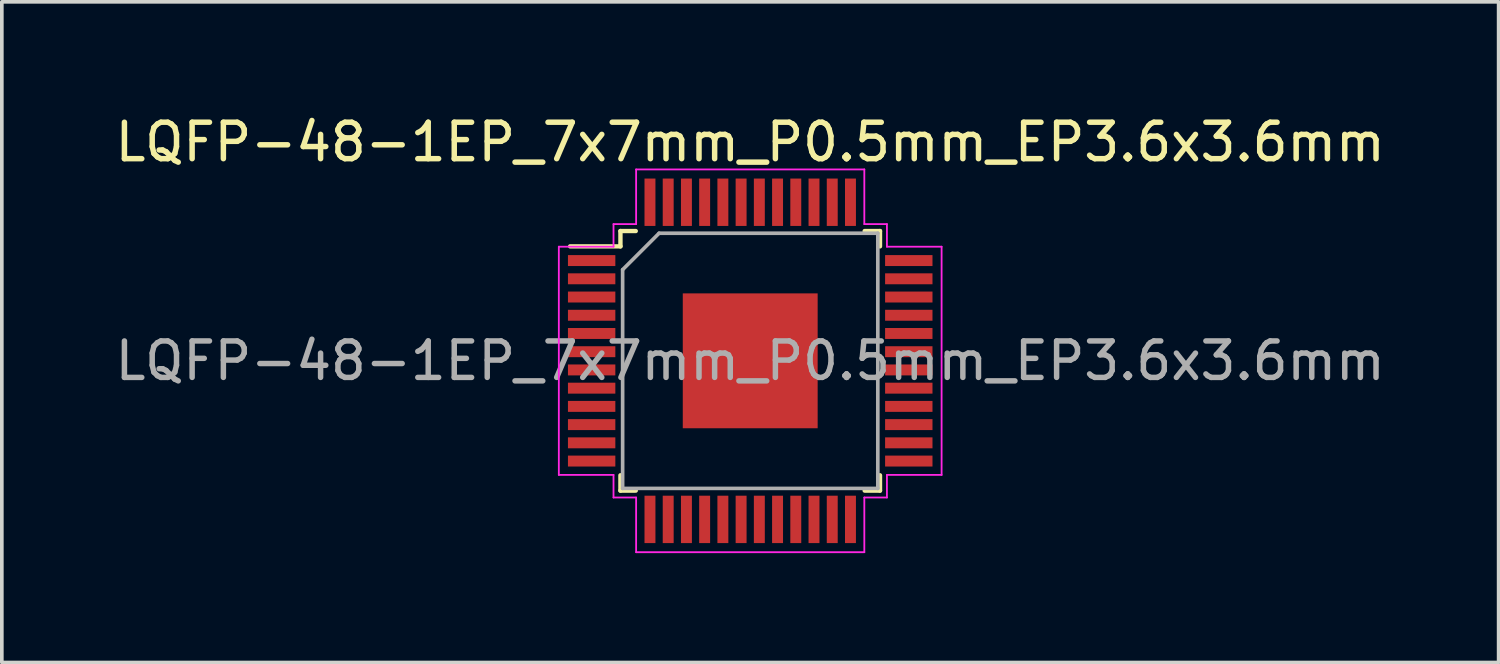
<source format=kicad_pcb>
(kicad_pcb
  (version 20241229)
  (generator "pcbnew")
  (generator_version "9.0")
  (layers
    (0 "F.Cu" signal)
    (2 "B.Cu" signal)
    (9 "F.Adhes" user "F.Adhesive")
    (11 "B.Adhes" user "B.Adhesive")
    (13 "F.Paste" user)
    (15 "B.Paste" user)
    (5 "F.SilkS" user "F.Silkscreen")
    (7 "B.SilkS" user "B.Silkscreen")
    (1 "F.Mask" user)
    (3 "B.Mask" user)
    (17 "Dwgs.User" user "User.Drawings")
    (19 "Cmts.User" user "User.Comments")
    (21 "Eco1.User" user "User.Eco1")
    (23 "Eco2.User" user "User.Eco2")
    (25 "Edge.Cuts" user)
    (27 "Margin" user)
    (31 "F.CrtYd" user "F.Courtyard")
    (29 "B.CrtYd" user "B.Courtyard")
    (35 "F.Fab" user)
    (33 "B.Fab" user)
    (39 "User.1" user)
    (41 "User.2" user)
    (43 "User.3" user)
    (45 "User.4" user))
  (footprint "LQFP-48-1EP_7x7mm_P0.5mm_EP3.6x3.6mm"
    (layer "F.Cu")
    (at 17.53 6.848)
    (property "Reference" "LQFP-48-1EP_7x7mm_P0.5mm_EP3.6x3.6mm" (at 0 -6 0) (layer "F.SilkS") (effects (font (size 1 1) (thickness 0.15))))
    (attr smd)
    (fp_line (start -3.56 -3.56) (end -3.56 -3.14) (stroke (width 0.12) (type solid)) (layer "F.SilkS"))
    (fp_line (start -3.56 -3.56) (end -3.14 -3.56) (stroke (width 0.12) (type solid)) (layer "F.SilkS"))
    (fp_line (start -3.56 -3.14) (end -4.94 -3.14) (stroke (width 0.12) (type solid)) (layer "F.SilkS"))
    (fp_line (start -3.56 3.56) (end -3.56 3.14) (stroke (width 0.12) (type solid)) (layer "F.SilkS"))
    (fp_line (start -3.56 3.56) (end -3.14 3.56) (stroke (width 0.12) (type solid)) (layer "F.SilkS"))
    (fp_line (start 3.56 -3.56) (end 3.14 -3.56) (stroke (width 0.12) (type solid)) (layer "F.SilkS"))
    (fp_line (start 3.56 -3.56) (end 3.56 -3.14) (stroke (width 0.12) (type solid)) (layer "F.SilkS"))
    (fp_line (start 3.56 3.56) (end 3.14 3.56) (stroke (width 0.12) (type solid)) (layer "F.SilkS"))
    (fp_line (start 3.56 3.56) (end 3.56 3.14) (stroke (width 0.12) (type solid)) (layer "F.SilkS"))
    (fp_line (start -5.25 -3.13) (end -5.25 3.13) (stroke (width 0.05) (type solid)) (layer "F.CrtYd"))
    (fp_line (start -3.75 -3.13) (end -5.25 -3.13) (stroke (width 0.05) (type solid)) (layer "F.CrtYd"))
    (fp_line (start -3.75 -3.13) (end -3.75 -3.75) (stroke (width 0.05) (type solid)) (layer "F.CrtYd"))
    (fp_line (start -3.75 3.13) (end -5.25 3.13) (stroke (width 0.05) (type solid)) (layer "F.CrtYd"))
    (fp_line (start -3.75 3.13) (end -3.75 3.75) (stroke (width 0.05) (type solid)) (layer "F.CrtYd"))
    (fp_line (start -3.13 -5.25) (end 3.13 -5.25) (stroke (width 0.05) (type solid)) (layer "F.CrtYd"))
    (fp_line (start -3.13 -3.75) (end -3.75 -3.75) (stroke (width 0.05) (type solid)) (layer "F.CrtYd"))
    (fp_line (start -3.13 -3.75) (end -3.13 -5.25) (stroke (width 0.05) (type solid)) (layer "F.CrtYd"))
    (fp_line (start -3.13 3.75) (end -3.75 3.75) (stroke (width 0.05) (type solid)) (layer "F.CrtYd"))
    (fp_line (start -3.13 3.75) (end -3.13 5.25) (stroke (width 0.05) (type solid)) (layer "F.CrtYd"))
    (fp_line (start -3.13 5.25) (end 3.13 5.25) (stroke (width 0.05) (type solid)) (layer "F.CrtYd"))
    (fp_line (start 3.13 -3.75) (end 3.13 -5.25) (stroke (width 0.05) (type solid)) (layer "F.CrtYd"))
    (fp_line (start 3.13 -3.75) (end 3.75 -3.75) (stroke (width 0.05) (type solid)) (layer "F.CrtYd"))
    (fp_line (start 3.13 3.75) (end 3.75 3.75) (stroke (width 0.05) (type solid)) (layer "F.CrtYd"))
    (fp_line (start 3.13 5.25) (end 3.13 3.75) (stroke (width 0.05) (type solid)) (layer "F.CrtYd"))
    (fp_line (start 3.75 -3.13) (end 3.75 -3.75) (stroke (width 0.05) (type solid)) (layer "F.CrtYd"))
    (fp_line (start 3.75 -3.13) (end 5.25 -3.13) (stroke (width 0.05) (type solid)) (layer "F.CrtYd"))
    (fp_line (start 3.75 3.13) (end 3.75 3.75) (stroke (width 0.05) (type solid)) (layer "F.CrtYd"))
    (fp_line (start 3.75 3.13) (end 5.25 3.13) (stroke (width 0.05) (type solid)) (layer "F.CrtYd"))
    (fp_line (start 5.25 -3.13) (end 5.25 3.13) (stroke (width 0.05) (type solid)) (layer "F.CrtYd"))
    (fp_line (start -3.5 -2.5) (end -2.5 -3.5) (stroke (width 0.1) (type solid)) (layer "F.Fab"))
    (fp_line (start -3.5 3.5) (end -3.5 -2.5) (stroke (width 0.1) (type solid)) (layer "F.Fab"))
    (fp_line (start -2.5 -3.5) (end 3.5 -3.5) (stroke (width 0.1) (type solid)) (layer "F.Fab"))
    (fp_line (start 3.5 -3.5) (end 3.5 3.5) (stroke (width 0.1) (type solid)) (layer "F.Fab"))
    (fp_line (start 3.5 3.5) (end -3.5 3.5) (stroke (width 0.1) (type solid)) (layer "F.Fab"))
    (fp_text user "${REFERENCE}" (at 0 0 0) (layer "F.Fab") (effects (font (size 1 1) (thickness 0.15))))
    (pad "1" smd rect (at -4.35 -2.75) (size 1.3 0.3) (layers "F.Cu" "F.Mask" "F.Paste"))
    (pad "2" smd rect (at -4.35 -2.25) (size 1.3 0.3) (layers "F.Cu" "F.Mask" "F.Paste"))
    (pad "3" smd rect (at -4.35 -1.75) (size 1.3 0.3) (layers "F.Cu" "F.Mask" "F.Paste"))
    (pad "4" smd rect (at -4.35 -1.25) (size 1.3 0.3) (layers "F.Cu" "F.Mask" "F.Paste"))
    (pad "5" smd rect (at -4.35 -0.75) (size 1.3 0.3) (layers "F.Cu" "F.Mask" "F.Paste"))
    (pad "6" smd rect (at -4.35 -0.25) (size 1.3 0.3) (layers "F.Cu" "F.Mask" "F.Paste"))
    (pad "7" smd rect (at -4.35 0.25) (size 1.3 0.3) (layers "F.Cu" "F.Mask" "F.Paste"))
    (pad "8" smd rect (at -4.35 0.75) (size 1.3 0.3) (layers "F.Cu" "F.Mask" "F.Paste"))
    (pad "9" smd rect (at -4.35 1.25) (size 1.3 0.3) (layers "F.Cu" "F.Mask" "F.Paste"))
    (pad "10" smd rect (at -4.35 1.75) (size 1.3 0.3) (layers "F.Cu" "F.Mask" "F.Paste"))
    (pad "11" smd rect (at -4.35 2.25) (size 1.3 0.3) (layers "F.Cu" "F.Mask" "F.Paste"))
    (pad "12" smd rect (at -4.35 2.75) (size 1.3 0.3) (layers "F.Cu" "F.Mask" "F.Paste"))
    (pad "13" smd rect (at -2.75 4.35 90) (size 1.3 0.3) (layers "F.Cu" "F.Mask" "F.Paste"))
    (pad "14" smd rect (at -2.25 4.35 90) (size 1.3 0.3) (layers "F.Cu" "F.Mask" "F.Paste"))
    (pad "15" smd rect (at -1.75 4.35 90) (size 1.3 0.3) (layers "F.Cu" "F.Mask" "F.Paste"))
    (pad "16" smd rect (at -1.25 4.35 90) (size 1.3 0.3) (layers "F.Cu" "F.Mask" "F.Paste"))
    (pad "17" smd rect (at -0.75 4.35 90) (size 1.3 0.3) (layers "F.Cu" "F.Mask" "F.Paste"))
    (pad "18" smd rect (at -0.25 4.35 90) (size 1.3 0.3) (layers "F.Cu" "F.Mask" "F.Paste"))
    (pad "19" smd rect (at 0.25 4.35 90) (size 1.3 0.3) (layers "F.Cu" "F.Mask" "F.Paste"))
    (pad "20" smd rect (at 0.75 4.35 90) (size 1.3 0.3) (layers "F.Cu" "F.Mask" "F.Paste"))
    (pad "21" smd rect (at 1.25 4.35 90) (size 1.3 0.3) (layers "F.Cu" "F.Mask" "F.Paste"))
    (pad "22" smd rect (at 1.75 4.35 90) (size 1.3 0.3) (layers "F.Cu" "F.Mask" "F.Paste"))
    (pad "23" smd rect (at 2.25 4.35 90) (size 1.3 0.3) (layers "F.Cu" "F.Mask" "F.Paste"))
    (pad "24" smd rect (at 2.75 4.35 90) (size 1.3 0.3) (layers "F.Cu" "F.Mask" "F.Paste"))
    (pad "25" smd rect (at 4.35 2.75) (size 1.3 0.3) (layers "F.Cu" "F.Mask" "F.Paste"))
    (pad "26" smd rect (at 4.35 2.25) (size 1.3 0.3) (layers "F.Cu" "F.Mask" "F.Paste"))
    (pad "27" smd rect (at 4.35 1.75) (size 1.3 0.3) (layers "F.Cu" "F.Mask" "F.Paste"))
    (pad "28" smd rect (at 4.35 1.25) (size 1.3 0.3) (layers "F.Cu" "F.Mask" "F.Paste"))
    (pad "29" smd rect (at 4.35 0.75) (size 1.3 0.3) (layers "F.Cu" "F.Mask" "F.Paste"))
    (pad "30" smd rect (at 4.35 0.25) (size 1.3 0.3) (layers "F.Cu" "F.Mask" "F.Paste"))
    (pad "31" smd rect (at 4.35 -0.25) (size 1.3 0.3) (layers "F.Cu" "F.Mask" "F.Paste"))
    (pad "32" smd rect (at 4.35 -0.75) (size 1.3 0.3) (layers "F.Cu" "F.Mask" "F.Paste"))
    (pad "33" smd rect (at 4.35 -1.25) (size 1.3 0.3) (layers "F.Cu" "F.Mask" "F.Paste"))
    (pad "34" smd rect (at 4.35 -1.75) (size 1.3 0.3) (layers "F.Cu" "F.Mask" "F.Paste"))
    (pad "35" smd rect (at 4.35 -2.25) (size 1.3 0.3) (layers "F.Cu" "F.Mask" "F.Paste"))
    (pad "36" smd rect (at 4.35 -2.75) (size 1.3 0.3) (layers "F.Cu" "F.Mask" "F.Paste"))
    (pad "37" smd rect (at 2.75 -4.35 90) (size 1.3 0.3) (layers "F.Cu" "F.Mask" "F.Paste"))
    (pad "38" smd rect (at 2.25 -4.35 90) (size 1.3 0.3) (layers "F.Cu" "F.Mask" "F.Paste"))
    (pad "39" smd rect (at 1.75 -4.35 90) (size 1.3 0.3) (layers "F.Cu" "F.Mask" "F.Paste"))
    (pad "40" smd rect (at 1.25 -4.35 90) (size 1.3 0.3) (layers "F.Cu" "F.Mask" "F.Paste"))
    (pad "41" smd rect (at 0.75 -4.35 90) (size 1.3 0.3) (layers "F.Cu" "F.Mask" "F.Paste"))
    (pad "42" smd rect (at 0.25 -4.35 90) (size 1.3 0.3) (layers "F.Cu" "F.Mask" "F.Paste"))
    (pad "43" smd rect (at -0.25 -4.35 90) (size 1.3 0.3) (layers "F.Cu" "F.Mask" "F.Paste"))
    (pad "44" smd rect (at -0.75 -4.35 90) (size 1.3 0.3) (layers "F.Cu" "F.Mask" "F.Paste"))
    (pad "45" smd rect (at -1.25 -4.35 90) (size 1.3 0.3) (layers "F.Cu" "F.Mask" "F.Paste"))
    (pad "46" smd rect (at -1.75 -4.35 90) (size 1.3 0.3) (layers "F.Cu" "F.Mask" "F.Paste"))
    (pad "47" smd rect (at -2.25 -4.35 90) (size 1.3 0.3) (layers "F.Cu" "F.Mask" "F.Paste"))
    (pad "48" smd rect (at -2.75 -4.35 90) (size 1.3 0.3) (layers "F.Cu" "F.Mask" "F.Paste"))
    (pad "49" smd rect (at -0.925 -0.925) (size 1.25 1.25) (layers "F.Cu" "F.Paste"))
    (pad "49" smd rect (at -0.925 0.925) (size 1.25 1.25) (layers "F.Cu" "F.Paste"))
    (pad "49" smd rect (at 0 0) (size 3.7 3.7) (layers "F.Cu" "F.Mask"))
    (pad "49" smd rect (at 0.925 -0.925) (size 1.25 1.25) (layers "F.Cu" "F.Paste"))
    (pad "49" smd rect (at 0.925 0.925) (size 1.25 1.25) (layers "F.Cu" "F.Paste")))
  (gr_rect
    (start -3 -3)
    (end 38.06 15.123)
    (stroke (width 0.1) (type default))
    (fill no)
    (layer "Edge.Cuts")))
</source>
